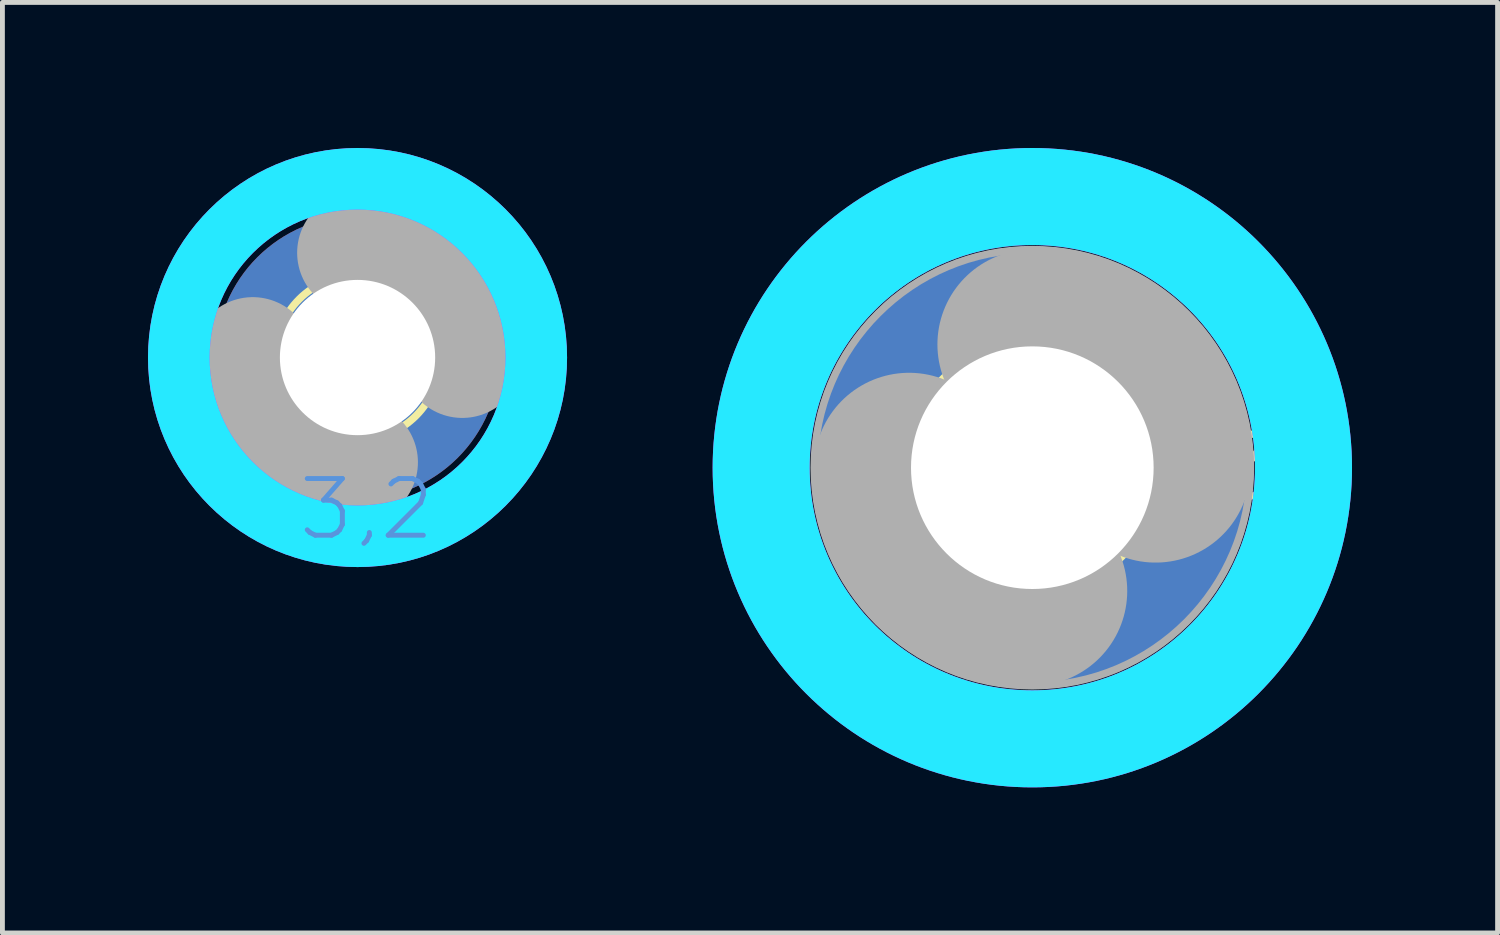
<source format=kicad_pcb>
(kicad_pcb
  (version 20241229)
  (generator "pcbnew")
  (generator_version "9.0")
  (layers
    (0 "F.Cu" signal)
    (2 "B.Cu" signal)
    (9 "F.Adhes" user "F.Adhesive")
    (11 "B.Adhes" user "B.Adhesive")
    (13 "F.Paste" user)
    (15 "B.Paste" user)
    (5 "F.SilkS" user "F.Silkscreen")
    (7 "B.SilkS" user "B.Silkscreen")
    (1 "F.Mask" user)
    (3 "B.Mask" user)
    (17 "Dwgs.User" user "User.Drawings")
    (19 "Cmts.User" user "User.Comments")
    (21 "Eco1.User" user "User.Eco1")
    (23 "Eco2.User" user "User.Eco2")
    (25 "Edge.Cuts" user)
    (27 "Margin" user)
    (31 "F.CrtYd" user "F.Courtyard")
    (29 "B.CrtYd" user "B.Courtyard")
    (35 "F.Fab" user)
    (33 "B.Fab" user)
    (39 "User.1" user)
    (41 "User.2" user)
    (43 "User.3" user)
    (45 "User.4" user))
  (footprint "3,2-PAD"
    (layer "F.Cu")
    (at 4.318 4.318)
    (property "Reference" "3,2-PAD" (at 0 0 0) (layer "F.SilkS") (effects (font (size 1.27 1.27) (thickness 0.15))))
    (fp_circle (center 0 0) (end 1.7 0) (stroke (width 0.152) (type solid)) (fill no) (layer "F.SilkS"))
    (fp_circle (center 0 0) (end 3.429 0) (stroke (width 0.152) (type solid)) (fill no) (layer "F.SilkS"))
    (fp_circle (center 0 0) (end 3.683 0) (stroke (width 1.27) (type solid)) (fill no) (layer "B.CrtYd"))
    (fp_circle (center 0 0) (end 3.683 0) (stroke (width 1.27) (type solid)) (fill no) (layer "F.CrtYd"))
    (fp_arc (start 0 -2.159) (mid 1.526644 -1.526644) (end 2.159 0) (stroke (width 2.4892) (type solid)) (layer "F.Fab"))
    (fp_arc (start 0 2.159) (mid -1.526644 1.526644) (end -2.159 0) (stroke (width 2.4892) (type solid)) (layer "F.Fab"))
    (fp_circle (center 0 0) (end 0.762 0) (stroke (width 0.457) (type solid)) (fill no) (layer "F.Fab"))
    (fp_text user "3,2" (at -1.27 3.81 0) (unlocked yes) (layer "Cmts.User") (effects (font (size 1.168 1.168) (thickness 0.102)) (justify left bottom)))
    (pad "B3,2" thru_hole circle (at 0 0) (size 5.842 5.842) (drill 3.2) (layers "*.Cu" "*.Mask"))
    (zone (net_name "") (layers "F.Cu" "B.Cu") (hatch edge 0.5) (connect_pads) (min_thickness 0.25) (filled_areas_thickness no) (keepout (tracks allowed) (vias not_allowed) (pads allowed) (copperpour allowed) (footprints allowed)) (placement (enabled no)) (fill) (polygon (pts (xy 8.382 4.318) (xy 8.362 3.913) (xy 8.301 3.513) (xy 8.201 3.12) (xy 8.063 2.739) (xy 7.887 2.374) (xy 7.676 2.029) (xy 7.431 1.706) (xy 7.156 1.409) (xy 6.852 1.141) (xy 6.523 0.904) (xy 6.172 0.702) (xy 5.803 0.535) (xy 5.419 0.406) (xy 5.024 0.316) (xy 4.622 0.265) (xy 4.217 0.255) (xy 3.813 0.286) (xy 3.414 0.356) (xy 3.024 0.466) (xy 2.647 0.614) (xy 2.286 0.798) (xy 1.946 1.018) (xy 1.629 1.271) (xy 1.339 1.554) (xy 1.078 1.864) (xy 0.85 2.199) (xy 0.656 2.555) (xy 0.499 2.928) (xy 0.38 3.315) (xy 0.299 3.712) (xy 0.259 4.115) (xy 0.259 4.521) (xy 0.299 4.924) (xy 0.38 5.321) (xy 0.499 5.708) (xy 0.656 6.081) (xy 0.85 6.437) (xy 1.078 6.772) (xy 1.339 7.082) (xy 1.629 7.365) (xy 1.946 7.618) (xy 2.286 7.838) (xy 2.647 8.022) (xy 3.024 8.17) (xy 3.414 8.28) (xy 3.813 8.35) (xy 4.217 8.381) (xy 4.622 8.371) (xy 5.024 8.32) (xy 5.419 8.23) (xy 5.803 8.101) (xy 6.172 7.934) (xy 6.523 7.732) (xy 6.852 7.495) (xy 7.156 7.227) (xy 7.431 6.93) (xy 7.676 6.607) (xy 7.887 6.262) (xy 8.063 5.897) (xy 8.201 5.516) (xy 8.301 5.123) (xy 8.362 4.723))) (polygon (pts (xy 7.366 4.318) (xy 7.346 3.971) (xy 7.287 3.628) (xy 7.189 3.294) (xy 7.053 2.973) (xy 6.882 2.67) (xy 6.678 2.389) (xy 6.442 2.132) (xy 6.179 1.904) (xy 5.892 1.708) (xy 5.584 1.545) (xy 5.26 1.419) (xy 4.923 1.331) (xy 4.579 1.281) (xy 4.231 1.271) (xy 3.884 1.301) (xy 3.543 1.37) (xy 3.212 1.478) (xy 2.896 1.622) (xy 2.598 1.802) (xy 2.322 2.014) (xy 2.072 2.257) (xy 1.852 2.526) (xy 1.664 2.819) (xy 1.51 3.132) (xy 1.393 3.459) (xy 1.315 3.798) (xy 1.275 4.144) (xy 1.275 4.492) (xy 1.315 4.838) (xy 1.393 5.177) (xy 1.51 5.504) (xy 1.664 5.817) (xy 1.852 6.11) (xy 2.072 6.379) (xy 2.322 6.622) (xy 2.598 6.834) (xy 2.896 7.014) (xy 3.212 7.158) (xy 3.543 7.266) (xy 3.884 7.335) (xy 4.231 7.365) (xy 4.579 7.355) (xy 4.923 7.305) (xy 5.26 7.217) (xy 5.584 7.091) (xy 5.892 6.928) (xy 6.179 6.732) (xy 6.442 6.504) (xy 6.678 6.247) (xy 6.882 5.966) (xy 7.053 5.663) (xy 7.189 5.342) (xy 7.287 5.008) (xy 7.346 4.665)))))
  (footprint "5,0-PAD_237"
    (layer "F.Cu")
    (at 18.224 6.588)
    (property "Reference" "5,0-PAD_237" (at 0 0 0) (layer "F.SilkS") (effects (font (size 1.27 1.27) (thickness 0.15))))
    (fp_circle (center 0 0) (end 2.6 0) (stroke (width 0.152) (type solid)) (fill no) (layer "F.SilkS"))
    (fp_circle (center 0 0) (end 5.588 0) (stroke (width 2) (type solid)) (fill no) (layer "B.CrtYd"))
    (fp_circle (center 0 0) (end 5.588 0) (stroke (width 2) (type solid)) (fill no) (layer "F.CrtYd"))
    (fp_arc (start 0 -2.54) (mid 1.796051 -1.796051) (end 2.54 0) (stroke (width 3.9116) (type solid)) (layer "F.Fab"))
    (fp_arc (start 0 2.54) (mid -1.796051 1.796051) (end -2.54 0) (stroke (width 3.9116) (type solid)) (layer "F.Fab"))
    (fp_circle (center 0 0) (end 0.762 0) (stroke (width 0.457) (type solid)) (fill no) (layer "F.Fab"))
    (fp_circle (center 0 0) (end 4.496 0) (stroke (width 0.152) (type solid)) (fill no) (layer "F.Fab"))
    (pad "B5" thru_hole circle (at 0 0) (size 9 9) (drill 5) (layers "*.Cu" "*.Mask"))
    (zone (net_name "") (layers "F.Cu" "B.Cu") (hatch edge 0.5) (connect_pads) (min_thickness 0.25) (filled_areas_thickness no) (keepout (tracks allowed) (vias not_allowed) (pads allowed) (copperpour allowed) (footprints allowed)) (placement (enabled no)) (fill) (polygon (pts (xy 24.812 6.588) (xy 24.792 6.077) (xy 24.733 5.57) (xy 24.634 5.069) (xy 24.497 4.577) (xy 24.323 4.096) (xy 24.111 3.631) (xy 23.864 3.184) (xy 23.584 2.757) (xy 23.271 2.353) (xy 22.927 1.975) (xy 22.556 1.624) (xy 22.158 1.304) (xy 21.737 1.015) (xy 21.294 0.759) (xy 20.833 0.539) (xy 20.357 0.355) (xy 19.867 0.208) (xy 19.368 0.1) (xy 18.862 0.031) (xy 18.352 0.001) (xy 17.841 0.011) (xy 17.332 0.061) (xy 16.829 0.149) (xy 16.335 0.277) (xy 15.851 0.442) (xy 15.382 0.645) (xy 14.93 0.883) (xy 14.498 1.155) (xy 14.088 1.46) (xy 13.703 1.796) (xy 13.345 2.161) (xy 13.017 2.552) (xy 12.72 2.968) (xy 12.456 3.405) (xy 12.227 3.862) (xy 12.033 4.335) (xy 11.877 4.821) (xy 11.759 5.318) (xy 11.681 5.823) (xy 11.641 6.333) (xy 11.641 6.843) (xy 11.681 7.353) (xy 11.759 7.858) (xy 11.877 8.355) (xy 12.033 8.841) (xy 12.227 9.314) (xy 12.456 9.771) (xy 12.72 10.208) (xy 13.017 10.624) (xy 13.345 11.015) (xy 13.703 11.38) (xy 14.088 11.716) (xy 14.498 12.021) (xy 14.93 12.293) (xy 15.382 12.531) (xy 15.851 12.734) (xy 16.335 12.899) (xy 16.829 13.027) (xy 17.332 13.115) (xy 17.841 13.165) (xy 18.352 13.175) (xy 18.862 13.145) (xy 19.368 13.076) (xy 19.867 12.968) (xy 20.357 12.821) (xy 20.833 12.637) (xy 21.294 12.417) (xy 21.737 12.161) (xy 22.158 11.872) (xy 22.556 11.552) (xy 22.927 11.201) (xy 23.271 10.823) (xy 23.584 10.419) (xy 23.864 9.992) (xy 24.111 9.545) (xy 24.323 9.08) (xy 24.497 8.599) (xy 24.634 8.107) (xy 24.733 7.606) (xy 24.792 7.099))) (polygon (pts (xy 22.812 6.588) (xy 22.792 6.158) (xy 22.732 5.733) (xy 22.632 5.314) (xy 22.493 4.907) (xy 22.317 4.515) (xy 22.105 4.141) (xy 21.858 3.788) (xy 21.58 3.46) (xy 21.273 3.159) (xy 20.938 2.889) (xy 20.58 2.651) (xy 20.201 2.448) (xy 19.804 2.281) (xy 19.394 2.152) (xy 18.974 2.062) (xy 18.546 2.011) (xy 18.116 2.001) (xy 17.687 2.031) (xy 17.263 2.102) (xy 16.847 2.211) (xy 16.443 2.36) (xy 16.055 2.545) (xy 15.686 2.766) (xy 15.339 3.02) (xy 15.018 3.306) (xy 14.725 3.621) (xy 14.462 3.961) (xy 14.233 4.325) (xy 14.039 4.709) (xy 13.881 5.109) (xy 13.762 5.522) (xy 13.681 5.945) (xy 13.641 6.373) (xy 13.641 6.803) (xy 13.681 7.231) (xy 13.762 7.654) (xy 13.881 8.067) (xy 14.039 8.467) (xy 14.233 8.851) (xy 14.462 9.215) (xy 14.725 9.555) (xy 15.018 9.87) (xy 15.339 10.156) (xy 15.686 10.41) (xy 16.055 10.631) (xy 16.443 10.816) (xy 16.847 10.965) (xy 17.263 11.074) (xy 17.687 11.145) (xy 18.116 11.175) (xy 18.546 11.165) (xy 18.974 11.114) (xy 19.394 11.024) (xy 19.804 10.895) (xy 20.201 10.728) (xy 20.58 10.525) (xy 20.938 10.287) (xy 21.273 10.017) (xy 21.58 9.716) (xy 21.858 9.388) (xy 22.105 9.035) (xy 22.317 8.661) (xy 22.493 8.269) (xy 22.632 7.862) (xy 22.732 7.443) (xy 22.792 7.018)))))
  (gr_rect
    (start -3 -3)
    (end 27.812 16.176)
    (stroke (width 0.1) (type default))
    (fill no)
    (layer "Edge.Cuts")))
</source>
